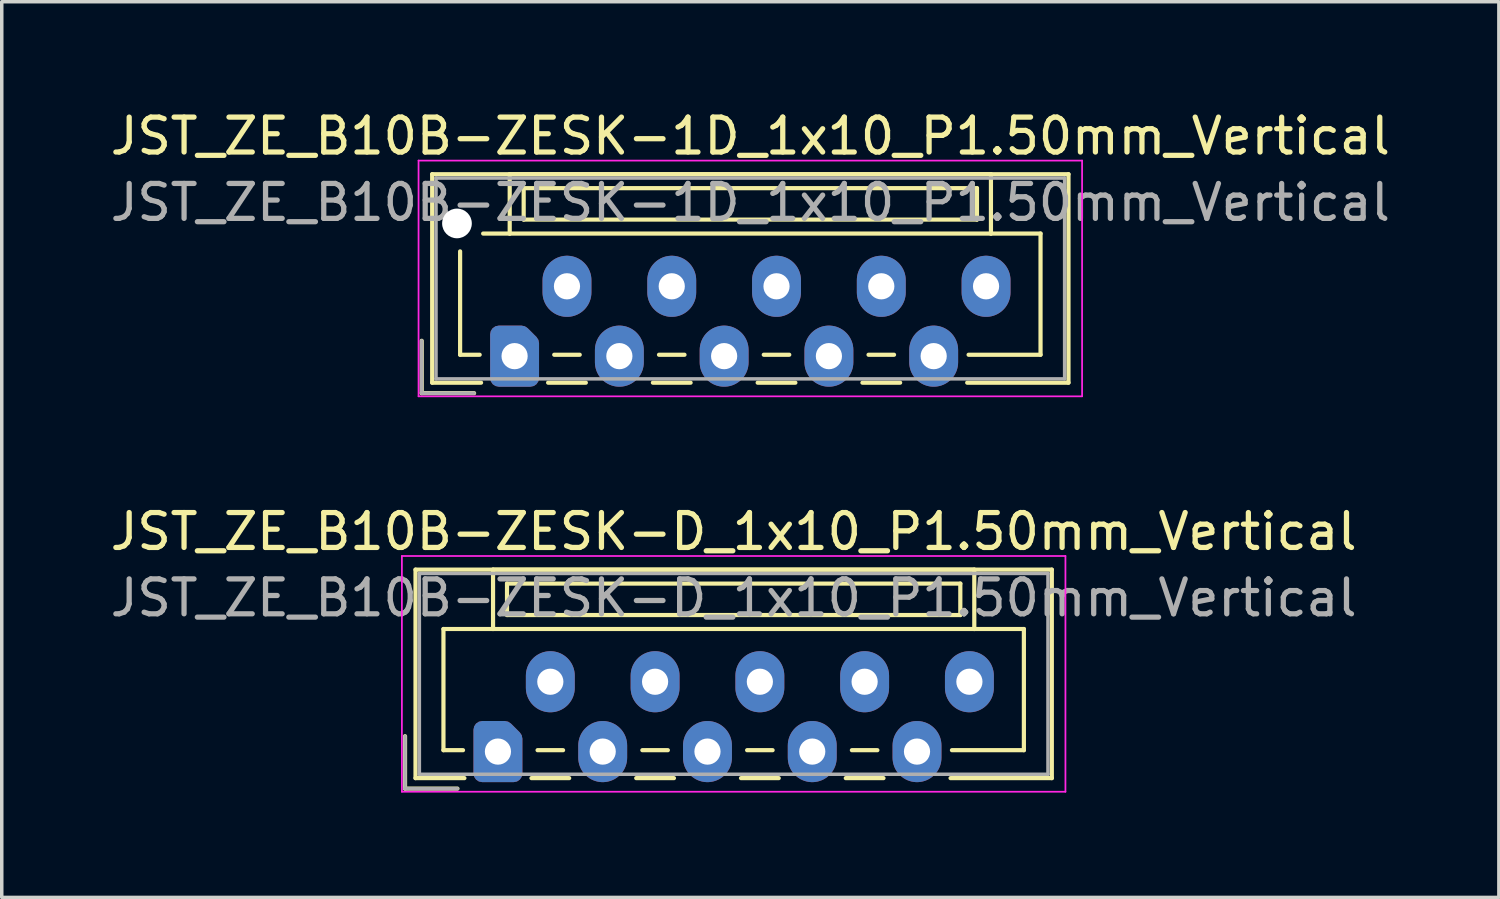
<source format=kicad_pcb>
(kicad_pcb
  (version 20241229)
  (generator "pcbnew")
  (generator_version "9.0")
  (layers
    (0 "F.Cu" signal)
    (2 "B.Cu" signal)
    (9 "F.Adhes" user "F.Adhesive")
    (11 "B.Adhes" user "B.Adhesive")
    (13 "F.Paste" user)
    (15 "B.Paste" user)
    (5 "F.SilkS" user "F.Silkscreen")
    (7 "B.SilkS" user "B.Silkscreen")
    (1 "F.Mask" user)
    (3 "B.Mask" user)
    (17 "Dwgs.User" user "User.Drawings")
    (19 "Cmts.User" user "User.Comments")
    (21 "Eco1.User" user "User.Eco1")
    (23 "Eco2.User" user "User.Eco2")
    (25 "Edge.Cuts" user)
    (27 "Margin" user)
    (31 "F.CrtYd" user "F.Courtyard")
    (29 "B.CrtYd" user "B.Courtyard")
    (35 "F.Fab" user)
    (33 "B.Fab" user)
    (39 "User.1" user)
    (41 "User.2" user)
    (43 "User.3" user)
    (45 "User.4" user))
  (footprint "JST_ZE_B10B-ZESK-1D_1x10_P1.50mm_Vertical"
    (layer "F.Cu")
    (at 11.685 7.148)
    (property "Reference" "JST_ZE_B10B-ZESK-1D_1x10_P1.50mm_Vertical" (at 6.75 -6.3 0) (layer "F.SilkS") (effects (font (size 1 1) (thickness 0.15))))
    (attr through_hole)
    (fp_line (start -2.66 -0.44) (end -2.66 1.06) (stroke (width 0.12) (type solid)) (layer "F.SilkS"))
    (fp_line (start -2.66 1.06) (end -1.16 1.06) (stroke (width 0.12) (type solid)) (layer "F.SilkS"))
    (fp_line (start -2.36 -5.21) (end 15.86 -5.21) (stroke (width 0.12) (type solid)) (layer "F.SilkS"))
    (fp_line (start -2.36 0.76) (end -2.36 -5.21) (stroke (width 0.12) (type solid)) (layer "F.SilkS"))
    (fp_line (start -1.56 -3) (end -1.56 -0.04) (stroke (width 0.12) (type solid)) (layer "F.SilkS"))
    (fp_line (start -1.56 -0.04) (end -1 -0.04) (stroke (width 0.12) (type solid)) (layer "F.SilkS"))
    (fp_line (start -0.96 0.76) (end -2.36 0.76) (stroke (width 0.12) (type solid)) (layer "F.SilkS"))
    (fp_line (start -0.14 -5.21) (end -0.14 -3.51) (stroke (width 0.12) (type solid)) (layer "F.SilkS"))
    (fp_line (start -0.14 -3.51) (end -0.9 -3.51) (stroke (width 0.12) (type solid)) (layer "F.SilkS"))
    (fp_line (start -0.14 -3.51) (end 13.64 -3.51) (stroke (width 0.12) (type solid)) (layer "F.SilkS"))
    (fp_line (start 0.26 -4.81) (end 0.26 -3.91) (stroke (width 0.12) (type solid)) (layer "F.SilkS"))
    (fp_line (start 0.26 -3.91) (end 13.24 -3.91) (stroke (width 0.12) (type solid)) (layer "F.SilkS"))
    (fp_line (start 0.96 0.76) (end 2.04 0.76) (stroke (width 0.12) (type solid)) (layer "F.SilkS"))
    (fp_line (start 1.135 -0.04) (end 1.865 -0.04) (stroke (width 0.12) (type solid)) (layer "F.SilkS"))
    (fp_line (start 3.96 0.76) (end 5.04 0.76) (stroke (width 0.12) (type solid)) (layer "F.SilkS"))
    (fp_line (start 4.135 -0.04) (end 4.865 -0.04) (stroke (width 0.12) (type solid)) (layer "F.SilkS"))
    (fp_line (start 6.96 0.76) (end 8.04 0.76) (stroke (width 0.12) (type solid)) (layer "F.SilkS"))
    (fp_line (start 7.135 -0.04) (end 7.865 -0.04) (stroke (width 0.12) (type solid)) (layer "F.SilkS"))
    (fp_line (start 9.96 0.76) (end 11.04 0.76) (stroke (width 0.12) (type solid)) (layer "F.SilkS"))
    (fp_line (start 10.135 -0.04) (end 10.865 -0.04) (stroke (width 0.12) (type solid)) (layer "F.SilkS"))
    (fp_line (start 13.24 -4.81) (end 0.26 -4.81) (stroke (width 0.12) (type solid)) (layer "F.SilkS"))
    (fp_line (start 13.24 -3.91) (end 13.24 -4.81) (stroke (width 0.12) (type solid)) (layer "F.SilkS"))
    (fp_line (start 13.64 -5.21) (end -0.14 -5.21) (stroke (width 0.12) (type solid)) (layer "F.SilkS"))
    (fp_line (start 13.64 -3.51) (end 13.64 -5.21) (stroke (width 0.12) (type solid)) (layer "F.SilkS"))
    (fp_line (start 13.64 -3.51) (end 15.06 -3.51) (stroke (width 0.12) (type solid)) (layer "F.SilkS"))
    (fp_line (start 15.06 -3.51) (end 15.06 -0.04) (stroke (width 0.12) (type solid)) (layer "F.SilkS"))
    (fp_line (start 15.06 -0.04) (end 13 -0.04) (stroke (width 0.12) (type solid)) (layer "F.SilkS"))
    (fp_line (start 15.86 -5.21) (end 15.86 0.76) (stroke (width 0.12) (type solid)) (layer "F.SilkS"))
    (fp_line (start 15.86 0.76) (end 12.96 0.76) (stroke (width 0.12) (type solid)) (layer "F.SilkS"))
    (fp_line (start -2.75 -5.6) (end -2.75 1.15) (stroke (width 0.05) (type solid)) (layer "F.CrtYd"))
    (fp_line (start -2.75 1.15) (end 16.25 1.15) (stroke (width 0.05) (type solid)) (layer "F.CrtYd"))
    (fp_line (start 16.25 -5.6) (end -2.75 -5.6) (stroke (width 0.05) (type solid)) (layer "F.CrtYd"))
    (fp_line (start 16.25 1.15) (end 16.25 -5.6) (stroke (width 0.05) (type solid)) (layer "F.CrtYd"))
    (fp_line (start -2.66 -0.44) (end -2.66 1.06) (stroke (width 0.1) (type solid)) (layer "F.Fab"))
    (fp_line (start -2.66 1.06) (end -1.16 1.06) (stroke (width 0.1) (type solid)) (layer "F.Fab"))
    (fp_line (start -2.25 -5.1) (end -2.25 0.65) (stroke (width 0.1) (type solid)) (layer "F.Fab"))
    (fp_line (start -2.25 0.65) (end 15.75 0.65) (stroke (width 0.1) (type solid)) (layer "F.Fab"))
    (fp_line (start 15.75 -5.1) (end -2.25 -5.1) (stroke (width 0.1) (type solid)) (layer "F.Fab"))
    (fp_line (start 15.75 0.65) (end 15.75 -5.1) (stroke (width 0.1) (type solid)) (layer "F.Fab"))
    (fp_text user "${REFERENCE}" (at 6.75 -4.4 0) (layer "F.Fab") (effects (font (size 1 1) (thickness 0.15))))
    (pad "" np_thru_hole circle (at -1.65 -3.8) (size 0.85 0.85) (drill 0.85) (layers "*.Cu" "*.Mask"))
    (pad "1" thru_hole custom (at 0 0) (size 1.117 1.117) (drill 0.75) (layers "*.Cu" "*.Mask") (options (anchor circle)) (primitives (gr_poly (pts (xy -0.45 -0.625) (xy 0.196 -0.625) (xy 0.45 -0.371) (xy 0.45 0.625) (xy -0.45 0.625)) (width 0.5) (fill yes))))
    (pad "2" thru_hole oval (at 1.5 -2) (size 1.4 1.75) (drill 0.75) (layers "*.Cu" "*.Mask"))
    (pad "3" thru_hole oval (at 3 0) (size 1.4 1.75) (drill 0.75) (layers "*.Cu" "*.Mask"))
    (pad "4" thru_hole oval (at 4.5 -2) (size 1.4 1.75) (drill 0.75) (layers "*.Cu" "*.Mask"))
    (pad "5" thru_hole oval (at 6 0) (size 1.4 1.75) (drill 0.75) (layers "*.Cu" "*.Mask"))
    (pad "6" thru_hole oval (at 7.5 -2) (size 1.4 1.75) (drill 0.75) (layers "*.Cu" "*.Mask"))
    (pad "7" thru_hole oval (at 9 0) (size 1.4 1.75) (drill 0.75) (layers "*.Cu" "*.Mask"))
    (pad "8" thru_hole oval (at 10.5 -2) (size 1.4 1.75) (drill 0.75) (layers "*.Cu" "*.Mask"))
    (pad "9" thru_hole oval (at 12 0) (size 1.4 1.75) (drill 0.75) (layers "*.Cu" "*.Mask"))
    (pad "10" thru_hole oval (at 13.5 -2) (size 1.4 1.75) (drill 0.75) (layers "*.Cu" "*.Mask")))
  (footprint "JST_ZE_B10B-ZESK-D_1x10_P1.50mm_Vertical"
    (layer "F.Cu")
    (at 11.208 18.471)
    (property "Reference" "JST_ZE_B10B-ZESK-D_1x10_P1.50mm_Vertical" (at 6.75 -6.3 0) (layer "F.SilkS") (effects (font (size 1 1) (thickness 0.15))))
    (attr through_hole)
    (fp_line (start -2.66 -0.44) (end -2.66 1.06) (stroke (width 0.12) (type solid)) (layer "F.SilkS"))
    (fp_line (start -2.66 1.06) (end -1.16 1.06) (stroke (width 0.12) (type solid)) (layer "F.SilkS"))
    (fp_line (start -2.36 -5.21) (end 15.86 -5.21) (stroke (width 0.12) (type solid)) (layer "F.SilkS"))
    (fp_line (start -2.36 0.76) (end -2.36 -5.21) (stroke (width 0.12) (type solid)) (layer "F.SilkS"))
    (fp_line (start -1.56 -3.51) (end -1.56 -0.04) (stroke (width 0.12) (type solid)) (layer "F.SilkS"))
    (fp_line (start -1.56 -0.04) (end -1 -0.04) (stroke (width 0.12) (type solid)) (layer "F.SilkS"))
    (fp_line (start -0.96 0.76) (end -2.36 0.76) (stroke (width 0.12) (type solid)) (layer "F.SilkS"))
    (fp_line (start -0.14 -5.21) (end -0.14 -3.51) (stroke (width 0.12) (type solid)) (layer "F.SilkS"))
    (fp_line (start -0.14 -3.51) (end -1.56 -3.51) (stroke (width 0.12) (type solid)) (layer "F.SilkS"))
    (fp_line (start -0.14 -3.51) (end 13.64 -3.51) (stroke (width 0.12) (type solid)) (layer "F.SilkS"))
    (fp_line (start 0.26 -4.81) (end 0.26 -3.91) (stroke (width 0.12) (type solid)) (layer "F.SilkS"))
    (fp_line (start 0.26 -3.91) (end 13.24 -3.91) (stroke (width 0.12) (type solid)) (layer "F.SilkS"))
    (fp_line (start 0.96 0.76) (end 2.04 0.76) (stroke (width 0.12) (type solid)) (layer "F.SilkS"))
    (fp_line (start 1.135 -0.04) (end 1.865 -0.04) (stroke (width 0.12) (type solid)) (layer "F.SilkS"))
    (fp_line (start 3.96 0.76) (end 5.04 0.76) (stroke (width 0.12) (type solid)) (layer "F.SilkS"))
    (fp_line (start 4.135 -0.04) (end 4.865 -0.04) (stroke (width 0.12) (type solid)) (layer "F.SilkS"))
    (fp_line (start 6.96 0.76) (end 8.04 0.76) (stroke (width 0.12) (type solid)) (layer "F.SilkS"))
    (fp_line (start 7.135 -0.04) (end 7.865 -0.04) (stroke (width 0.12) (type solid)) (layer "F.SilkS"))
    (fp_line (start 9.96 0.76) (end 11.04 0.76) (stroke (width 0.12) (type solid)) (layer "F.SilkS"))
    (fp_line (start 10.135 -0.04) (end 10.865 -0.04) (stroke (width 0.12) (type solid)) (layer "F.SilkS"))
    (fp_line (start 13.24 -4.81) (end 0.26 -4.81) (stroke (width 0.12) (type solid)) (layer "F.SilkS"))
    (fp_line (start 13.24 -3.91) (end 13.24 -4.81) (stroke (width 0.12) (type solid)) (layer "F.SilkS"))
    (fp_line (start 13.64 -5.21) (end -0.14 -5.21) (stroke (width 0.12) (type solid)) (layer "F.SilkS"))
    (fp_line (start 13.64 -3.51) (end 13.64 -5.21) (stroke (width 0.12) (type solid)) (layer "F.SilkS"))
    (fp_line (start 13.64 -3.51) (end 15.06 -3.51) (stroke (width 0.12) (type solid)) (layer "F.SilkS"))
    (fp_line (start 15.06 -3.51) (end 15.06 -0.04) (stroke (width 0.12) (type solid)) (layer "F.SilkS"))
    (fp_line (start 15.06 -0.04) (end 13 -0.04) (stroke (width 0.12) (type solid)) (layer "F.SilkS"))
    (fp_line (start 15.86 -5.21) (end 15.86 0.76) (stroke (width 0.12) (type solid)) (layer "F.SilkS"))
    (fp_line (start 15.86 0.76) (end 12.96 0.76) (stroke (width 0.12) (type solid)) (layer "F.SilkS"))
    (fp_line (start -2.75 -5.6) (end -2.75 1.15) (stroke (width 0.05) (type solid)) (layer "F.CrtYd"))
    (fp_line (start -2.75 1.15) (end 16.25 1.15) (stroke (width 0.05) (type solid)) (layer "F.CrtYd"))
    (fp_line (start 16.25 -5.6) (end -2.75 -5.6) (stroke (width 0.05) (type solid)) (layer "F.CrtYd"))
    (fp_line (start 16.25 1.15) (end 16.25 -5.6) (stroke (width 0.05) (type solid)) (layer "F.CrtYd"))
    (fp_line (start -2.66 -0.44) (end -2.66 1.06) (stroke (width 0.1) (type solid)) (layer "F.Fab"))
    (fp_line (start -2.66 1.06) (end -1.16 1.06) (stroke (width 0.1) (type solid)) (layer "F.Fab"))
    (fp_line (start -2.25 -5.1) (end -2.25 0.65) (stroke (width 0.1) (type solid)) (layer "F.Fab"))
    (fp_line (start -2.25 0.65) (end 15.75 0.65) (stroke (width 0.1) (type solid)) (layer "F.Fab"))
    (fp_line (start 15.75 -5.1) (end -2.25 -5.1) (stroke (width 0.1) (type solid)) (layer "F.Fab"))
    (fp_line (start 15.75 0.65) (end 15.75 -5.1) (stroke (width 0.1) (type solid)) (layer "F.Fab"))
    (fp_text user "${REFERENCE}" (at 6.75 -4.4 0) (layer "F.Fab") (effects (font (size 1 1) (thickness 0.15))))
    (pad "1" thru_hole custom (at 0 0) (size 1.117 1.117) (drill 0.75) (layers "*.Cu" "*.Mask") (options (anchor circle)) (primitives (gr_poly (pts (xy -0.45 -0.625) (xy 0.196 -0.625) (xy 0.45 -0.371) (xy 0.45 0.625) (xy -0.45 0.625)) (width 0.5) (fill yes))))
    (pad "2" thru_hole oval (at 1.5 -2) (size 1.4 1.75) (drill 0.75) (layers "*.Cu" "*.Mask"))
    (pad "3" thru_hole oval (at 3 0) (size 1.4 1.75) (drill 0.75) (layers "*.Cu" "*.Mask"))
    (pad "4" thru_hole oval (at 4.5 -2) (size 1.4 1.75) (drill 0.75) (layers "*.Cu" "*.Mask"))
    (pad "5" thru_hole oval (at 6 0) (size 1.4 1.75) (drill 0.75) (layers "*.Cu" "*.Mask"))
    (pad "6" thru_hole oval (at 7.5 -2) (size 1.4 1.75) (drill 0.75) (layers "*.Cu" "*.Mask"))
    (pad "7" thru_hole oval (at 9 0) (size 1.4 1.75) (drill 0.75) (layers "*.Cu" "*.Mask"))
    (pad "8" thru_hole oval (at 10.5 -2) (size 1.4 1.75) (drill 0.75) (layers "*.Cu" "*.Mask"))
    (pad "9" thru_hole oval (at 12 0) (size 1.4 1.75) (drill 0.75) (layers "*.Cu" "*.Mask"))
    (pad "10" thru_hole oval (at 13.5 -2) (size 1.4 1.75) (drill 0.75) (layers "*.Cu" "*.Mask")))
  (gr_rect
    (start -3 -3)
    (end 39.869 22.646)
    (stroke (width 0.1) (type default))
    (fill no)
    (layer "Edge.Cuts")))
</source>
